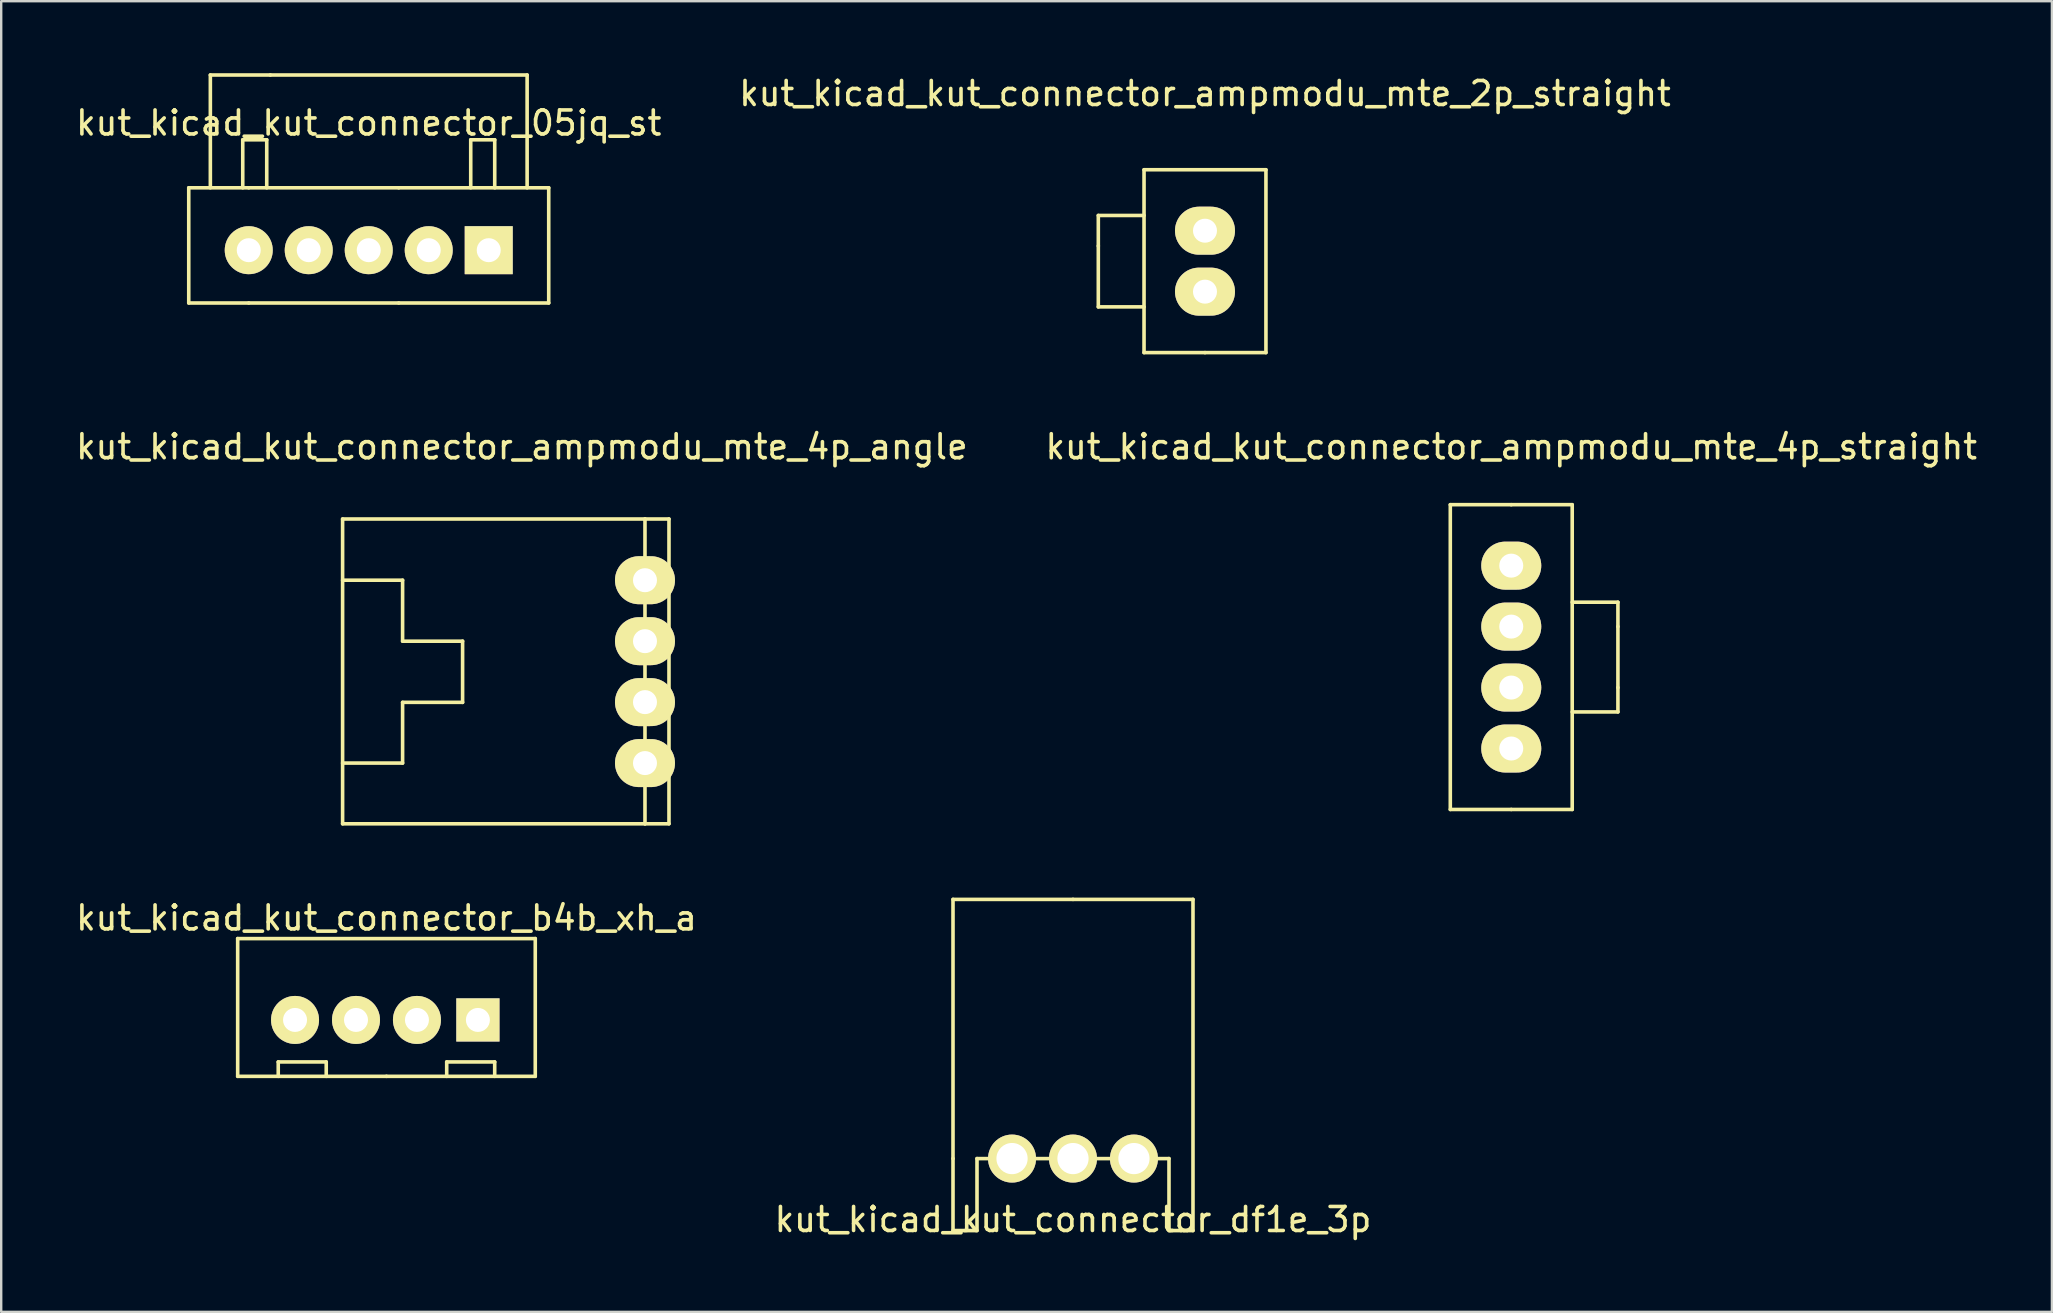
<source format=kicad_pcb>
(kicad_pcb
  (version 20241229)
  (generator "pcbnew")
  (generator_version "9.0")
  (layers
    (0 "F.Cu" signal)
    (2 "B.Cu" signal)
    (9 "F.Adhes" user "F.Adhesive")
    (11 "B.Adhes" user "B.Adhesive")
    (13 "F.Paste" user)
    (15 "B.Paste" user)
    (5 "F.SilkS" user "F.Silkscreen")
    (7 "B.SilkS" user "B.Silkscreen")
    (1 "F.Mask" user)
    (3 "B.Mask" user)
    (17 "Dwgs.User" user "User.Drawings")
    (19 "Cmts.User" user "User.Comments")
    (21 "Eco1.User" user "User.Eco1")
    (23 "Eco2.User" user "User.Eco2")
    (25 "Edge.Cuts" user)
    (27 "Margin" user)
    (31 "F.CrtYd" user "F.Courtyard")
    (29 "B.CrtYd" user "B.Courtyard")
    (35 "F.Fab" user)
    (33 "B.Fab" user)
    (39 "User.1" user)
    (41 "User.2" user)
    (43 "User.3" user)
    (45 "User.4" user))
  (footprint "kut_kicad_kut_connector_05jq_st"
    (layer "F.Cu")
    (at 12.315 7.375)
    (property "Reference" "kut_kicad_kut_connector_05jq_st" (at 0 -5.3 0) (layer "F.SilkS") (effects (font (size 1 1) (thickness 0.15))))
    (attr through_hole)
    (fp_line (start -7.5 -2.6) (end -7.5 2.2) (stroke (width 0.15) (type solid)) (layer "F.SilkS"))
    (fp_line (start -6.6 -2.6) (end -6.6 -7.3) (stroke (width 0.15) (type solid)) (layer "F.SilkS"))
    (fp_line (start -5.25 -4.6) (end -4.25 -4.6) (stroke (width 0.15) (type solid)) (layer "F.SilkS"))
    (fp_line (start -5.25 -2.6) (end -5.25 -4.6) (stroke (width 0.15) (type solid)) (layer "F.SilkS"))
    (fp_line (start -5 -2.6) (end -7.5 -2.6) (stroke (width 0.15) (type solid)) (layer "F.SilkS"))
    (fp_line (start -5 2.2) (end -7.5 2.2) (stroke (width 0.15) (type solid)) (layer "F.SilkS"))
    (fp_line (start -4.25 -4.6) (end -4.25 -2.6) (stroke (width 0.15) (type solid)) (layer "F.SilkS"))
    (fp_line (start -4.1 -7.3) (end -6.6 -7.3) (stroke (width 0.15) (type solid)) (layer "F.SilkS"))
    (fp_line (start 1.25 -2.6) (end -5 -2.6) (stroke (width 0.15) (type solid)) (layer "F.SilkS"))
    (fp_line (start 1.25 -2.6) (end 7.5 -2.6) (stroke (width 0.15) (type solid)) (layer "F.SilkS"))
    (fp_line (start 1.25 2.2) (end -5 2.2) (stroke (width 0.15) (type solid)) (layer "F.SilkS"))
    (fp_line (start 4.25 -4.6) (end 4.25 -2.6) (stroke (width 0.15) (type solid)) (layer "F.SilkS"))
    (fp_line (start 5.25 -4.6) (end 4.25 -4.6) (stroke (width 0.15) (type solid)) (layer "F.SilkS"))
    (fp_line (start 5.25 -2.6) (end 5.25 -4.6) (stroke (width 0.15) (type solid)) (layer "F.SilkS"))
    (fp_line (start 6.6 -7.3) (end -4.1 -7.3) (stroke (width 0.15) (type solid)) (layer "F.SilkS"))
    (fp_line (start 6.6 -2.6) (end 6.6 -7.3) (stroke (width 0.15) (type solid)) (layer "F.SilkS"))
    (fp_line (start 7.5 -2.6) (end 7.5 2.2) (stroke (width 0.15) (type solid)) (layer "F.SilkS"))
    (fp_line (start 7.5 2.2) (end 1.25 2.2) (stroke (width 0.15) (type solid)) (layer "F.SilkS"))
    (pad "1" thru_hole rect (at 5 0) (size 2 2) (drill 1) (layers "*.Cu" "*.Mask" "F.SilkS"))
    (pad "2" thru_hole circle (at 2.5 0) (size 2 2) (drill 1) (layers "*.Cu" "*.Mask" "F.SilkS"))
    (pad "3" thru_hole circle (at 0 0) (size 2 2) (drill 1) (layers "*.Cu" "*.Mask" "F.SilkS"))
    (pad "4" thru_hole circle (at -2.5 0) (size 2 2) (drill 1) (layers "*.Cu" "*.Mask" "F.SilkS"))
    (pad "5" thru_hole circle (at -5 0) (size 2 2) (drill 1) (layers "*.Cu" "*.Mask" "F.SilkS")))
  (footprint "kut_kicad_kut_connector_ampmodu_mte_4p_straight"
    (layer "F.Cu")
    (at 59.923 20.52)
    (property "Reference" "kut_kicad_kut_connector_ampmodu_mte_4p_straight" (at 0 -4.953 0) (layer "F.SilkS") (effects (font (size 1 1) (thickness 0.15))))
    (attr through_hole)
    (fp_line (start -2.54 10.16) (end -2.54 -2.54) (stroke (width 0.15) (type solid)) (layer "F.SilkS"))
    (fp_line (start 0 -2.54) (end -2.54 -2.54) (stroke (width 0.15) (type solid)) (layer "F.SilkS"))
    (fp_line (start 0 -2.54) (end 2.54 -2.54) (stroke (width 0.15) (type solid)) (layer "F.SilkS"))
    (fp_line (start 0 10.16) (end -2.54 10.16) (stroke (width 0.15) (type solid)) (layer "F.SilkS"))
    (fp_line (start 2.54 -2.54) (end 2.54 10.16) (stroke (width 0.15) (type solid)) (layer "F.SilkS"))
    (fp_line (start 2.54 10.16) (end 0 10.16) (stroke (width 0.15) (type solid)) (layer "F.SilkS"))
    (fp_line (start 4.445 1.524) (end 2.54 1.524) (stroke (width 0.15) (type solid)) (layer "F.SilkS"))
    (fp_line (start 4.445 2.54) (end 4.445 1.524) (stroke (width 0.15) (type solid)) (layer "F.SilkS"))
    (fp_line (start 4.445 2.54) (end 4.445 5.08) (stroke (width 0.15) (type solid)) (layer "F.SilkS"))
    (fp_line (start 4.445 5.08) (end 4.445 6.096) (stroke (width 0.15) (type solid)) (layer "F.SilkS"))
    (fp_line (start 4.445 6.096) (end 2.54 6.096) (stroke (width 0.15) (type solid)) (layer "F.SilkS"))
    (pad "1" thru_hole oval (at 0 0) (size 2.5 2) (drill 1) (layers "*.Cu" "*.Mask" "F.SilkS"))
    (pad "2" thru_hole oval (at 0 2.54) (size 2.5 2) (drill 1) (layers "*.Cu" "*.Mask" "F.SilkS"))
    (pad "3" thru_hole oval (at 0 5.08) (size 2.5 2) (drill 1) (layers "*.Cu" "*.Mask" "F.SilkS"))
    (pad "4" thru_hole oval (at 0 7.62) (size 2.5 2) (drill 1) (layers "*.Cu" "*.Mask" "F.SilkS")))
  (footprint "kut_kicad_kut_connector_b4b_xh_a"
    (layer "F.Cu")
    (at 13.054 39.45)
    (property "Reference" "kut_kicad_kut_connector_b4b_xh_a" (at 0 -4.25 0) (layer "F.SilkS") (effects (font (size 1 1) (thickness 0.15))))
    (attr through_hole)
    (fp_line (start -6.2 -3.39) (end 6.2 -3.39) (stroke (width 0.15) (type solid)) (layer "F.SilkS"))
    (fp_line (start -6.2 2.35) (end -6.2 -3.39) (stroke (width 0.15) (type solid)) (layer "F.SilkS"))
    (fp_line (start -4.51 1.75) (end -2.51 1.75) (stroke (width 0.15) (type solid)) (layer "F.SilkS"))
    (fp_line (start -4.51 2.35) (end -4.51 1.75) (stroke (width 0.15) (type solid)) (layer "F.SilkS"))
    (fp_line (start -2.51 1.75) (end -2.51 2.35) (stroke (width 0.15) (type solid)) (layer "F.SilkS"))
    (fp_line (start 0 2.35) (end -6.2 2.35) (stroke (width 0.15) (type solid)) (layer "F.SilkS"))
    (fp_line (start 0 2.35) (end 6.2 2.35) (stroke (width 0.15) (type solid)) (layer "F.SilkS"))
    (fp_line (start 2.51 1.75) (end 2.51 2.35) (stroke (width 0.15) (type solid)) (layer "F.SilkS"))
    (fp_line (start 4.51 1.75) (end 2.51 1.75) (stroke (width 0.15) (type solid)) (layer "F.SilkS"))
    (fp_line (start 4.51 2.35) (end 4.51 1.75) (stroke (width 0.15) (type solid)) (layer "F.SilkS"))
    (fp_line (start 6.2 2.35) (end 6.2 -3.39) (stroke (width 0.15) (type solid)) (layer "F.SilkS"))
    (pad "1" thru_hole rect (at 3.81 0) (size 1.8 1.8) (drill 1) (layers "*.Cu" "*.Mask" "F.SilkS"))
    (pad "2" thru_hole circle (at 1.27 0) (size 2 2) (drill 1) (layers "*.Cu" "*.Mask" "F.SilkS"))
    (pad "3" thru_hole circle (at -1.27 0) (size 2 2) (drill 1) (layers "*.Cu" "*.Mask" "F.SilkS"))
    (pad "4" thru_hole circle (at -3.81 0) (size 2 2) (drill 1) (layers "*.Cu" "*.Mask" "F.SilkS")))
  (footprint "kut_kicad_kut_connector_ampmodu_mte_4p_angle"
    (layer "F.Cu")
    (at 23.826 21.127)
    (property "Reference" "kut_kicad_kut_connector_ampmodu_mte_4p_angle" (at -5.13 -5.56 0) (layer "F.SilkS") (effects (font (size 1 1) (thickness 0.15))))
    (attr through_hole)
    (fp_line (start -12.6 0) (end -10.1 0) (stroke (width 0.15) (type solid)) (layer "F.SilkS"))
    (fp_line (start -12.6 7.62) (end -10.1 7.62) (stroke (width 0.15) (type solid)) (layer "F.SilkS"))
    (fp_line (start -12.6 10.15) (end -12.6 -2.55) (stroke (width 0.15) (type solid)) (layer "F.SilkS"))
    (fp_line (start -10.1 0) (end -10.1 2.54) (stroke (width 0.15) (type solid)) (layer "F.SilkS"))
    (fp_line (start -10.1 2.54) (end -7.6 2.54) (stroke (width 0.15) (type solid)) (layer "F.SilkS"))
    (fp_line (start -10.1 5.09) (end -7.6 5.09) (stroke (width 0.15) (type solid)) (layer "F.SilkS"))
    (fp_line (start -10.1 7.62) (end -10.1 5.09) (stroke (width 0.15) (type solid)) (layer "F.SilkS"))
    (fp_line (start -7.6 5.09) (end -7.6 2.54) (stroke (width 0.15) (type solid)) (layer "F.SilkS"))
    (fp_line (start 0 -2.55) (end -12.6 -2.55) (stroke (width 0.15) (type solid)) (layer "F.SilkS"))
    (fp_line (start 0 -2.55) (end 0 10.15) (stroke (width 0.15) (type solid)) (layer "F.SilkS"))
    (fp_line (start 0 10.15) (end -12.6 10.15) (stroke (width 0.15) (type solid)) (layer "F.SilkS"))
    (fp_line (start 1 -2.55) (end 0 -2.55) (stroke (width 0.15) (type solid)) (layer "F.SilkS"))
    (fp_line (start 1 -2.55) (end 1 10.15) (stroke (width 0.15) (type solid)) (layer "F.SilkS"))
    (fp_line (start 1 10.15) (end 0 10.15) (stroke (width 0.15) (type solid)) (layer "F.SilkS"))
    (pad "1" thru_hole oval (at 0 0) (size 2.5 2) (drill 1) (layers "*.Cu" "*.Mask" "F.SilkS"))
    (pad "2" thru_hole oval (at 0 2.54) (size 2.5 2) (drill 1) (layers "*.Cu" "*.Mask" "F.SilkS"))
    (pad "3" thru_hole oval (at 0 5.08) (size 2.5 2) (drill 1) (layers "*.Cu" "*.Mask" "F.SilkS"))
    (pad "4" thru_hole oval (at 0 7.62) (size 2.5 2) (drill 1) (layers "*.Cu" "*.Mask" "F.SilkS")))
  (footprint "kut_kicad_kut_connector_ampmodu_mte_2p_straight"
    (layer "F.Cu")
    (at 47.161 6.563)
    (property "Reference" "kut_kicad_kut_connector_ampmodu_mte_2p_straight" (at 0 -5.715 0) (layer "F.SilkS") (effects (font (size 1 1) (thickness 0.15))))
    (attr through_hole)
    (fp_line (start -4.445 -0.635) (end -2.54 -0.635) (stroke (width 0.15) (type solid)) (layer "F.SilkS"))
    (fp_line (start -4.445 0.635) (end -4.445 -0.635) (stroke (width 0.15) (type solid)) (layer "F.SilkS"))
    (fp_line (start -4.445 0.635) (end -4.445 3.175) (stroke (width 0.15) (type solid)) (layer "F.SilkS"))
    (fp_line (start -4.445 3.175) (end -2.54 3.175) (stroke (width 0.15) (type solid)) (layer "F.SilkS"))
    (fp_line (start -2.54 -2.54) (end -2.54 5.08) (stroke (width 0.15) (type solid)) (layer "F.SilkS"))
    (fp_line (start -2.54 5.08) (end 0 5.08) (stroke (width 0.15) (type solid)) (layer "F.SilkS"))
    (fp_line (start 0 5.08) (end 2.54 5.08) (stroke (width 0.15) (type solid)) (layer "F.SilkS"))
    (fp_line (start 2.54 -2.54) (end -2.54 -2.54) (stroke (width 0.15) (type solid)) (layer "F.SilkS"))
    (fp_line (start 2.54 5.08) (end 2.54 -2.54) (stroke (width 0.15) (type solid)) (layer "F.SilkS"))
    (pad "1" thru_hole oval (at 0 0) (size 2.5 2) (drill 1) (layers "*.Cu" "*.Mask" "F.SilkS"))
    (pad "2" thru_hole oval (at 0 2.54) (size 2.5 2) (drill 1) (layers "*.Cu" "*.Mask" "F.SilkS")))
  (footprint "kut_kicad_kut_connector_df1e_3p"
    (layer "F.Cu")
    (at 41.661 45.227)
    (property "Reference" "kut_kicad_kut_connector_df1e_3p" (at 0 2.54 0) (layer "F.SilkS") (effects (font (size 1 1) (thickness 0.15))))
    (attr through_hole)
    (fp_line (start -5 -10.8) (end -5 0) (stroke (width 0.15) (type solid)) (layer "F.SilkS"))
    (fp_line (start -5 0) (end -5 3) (stroke (width 0.15) (type solid)) (layer "F.SilkS"))
    (fp_line (start -5 3) (end -4.5 3) (stroke (width 0.15) (type solid)) (layer "F.SilkS"))
    (fp_line (start -4.5 3) (end -4 3) (stroke (width 0.15) (type solid)) (layer "F.SilkS"))
    (fp_line (start -4 0) (end -0.05 0) (stroke (width 0.15) (type solid)) (layer "F.SilkS"))
    (fp_line (start -4 3) (end -4 0) (stroke (width 0.15) (type solid)) (layer "F.SilkS"))
    (fp_line (start 0 -10.8) (end -5 -10.8) (stroke (width 0.15) (type solid)) (layer "F.SilkS"))
    (fp_line (start 0 -10.8) (end 5 -10.8) (stroke (width 0.15) (type solid)) (layer "F.SilkS"))
    (fp_line (start 4 0) (end -0.05 0) (stroke (width 0.15) (type solid)) (layer "F.SilkS"))
    (fp_line (start 4 3) (end 4 0) (stroke (width 0.15) (type solid)) (layer "F.SilkS"))
    (fp_line (start 4.5 3) (end 4 3) (stroke (width 0.15) (type solid)) (layer "F.SilkS"))
    (fp_line (start 5 -10.8) (end 5 3) (stroke (width 0.15) (type solid)) (layer "F.SilkS"))
    (fp_line (start 5 3) (end 4.5 3) (stroke (width 0.15) (type solid)) (layer "F.SilkS"))
    (pad "1" thru_hole circle (at -2.54 0) (size 2 2) (drill 1.3) (layers "*.Cu" "*.Mask" "F.SilkS"))
    (pad "2" thru_hole circle (at 0 0) (size 2 2) (drill 1.3) (layers "*.Cu" "*.Mask" "F.SilkS"))
    (pad "3" thru_hole circle (at 2.54 0) (size 2 2) (drill 1.3) (layers "*.Cu" "*.Mask" "F.SilkS")))
  (gr_rect
    (start -3 -3)
    (end 82.452 51.615)
    (stroke (width 0.1) (type default))
    (fill no)
    (layer "Edge.Cuts")))
</source>
